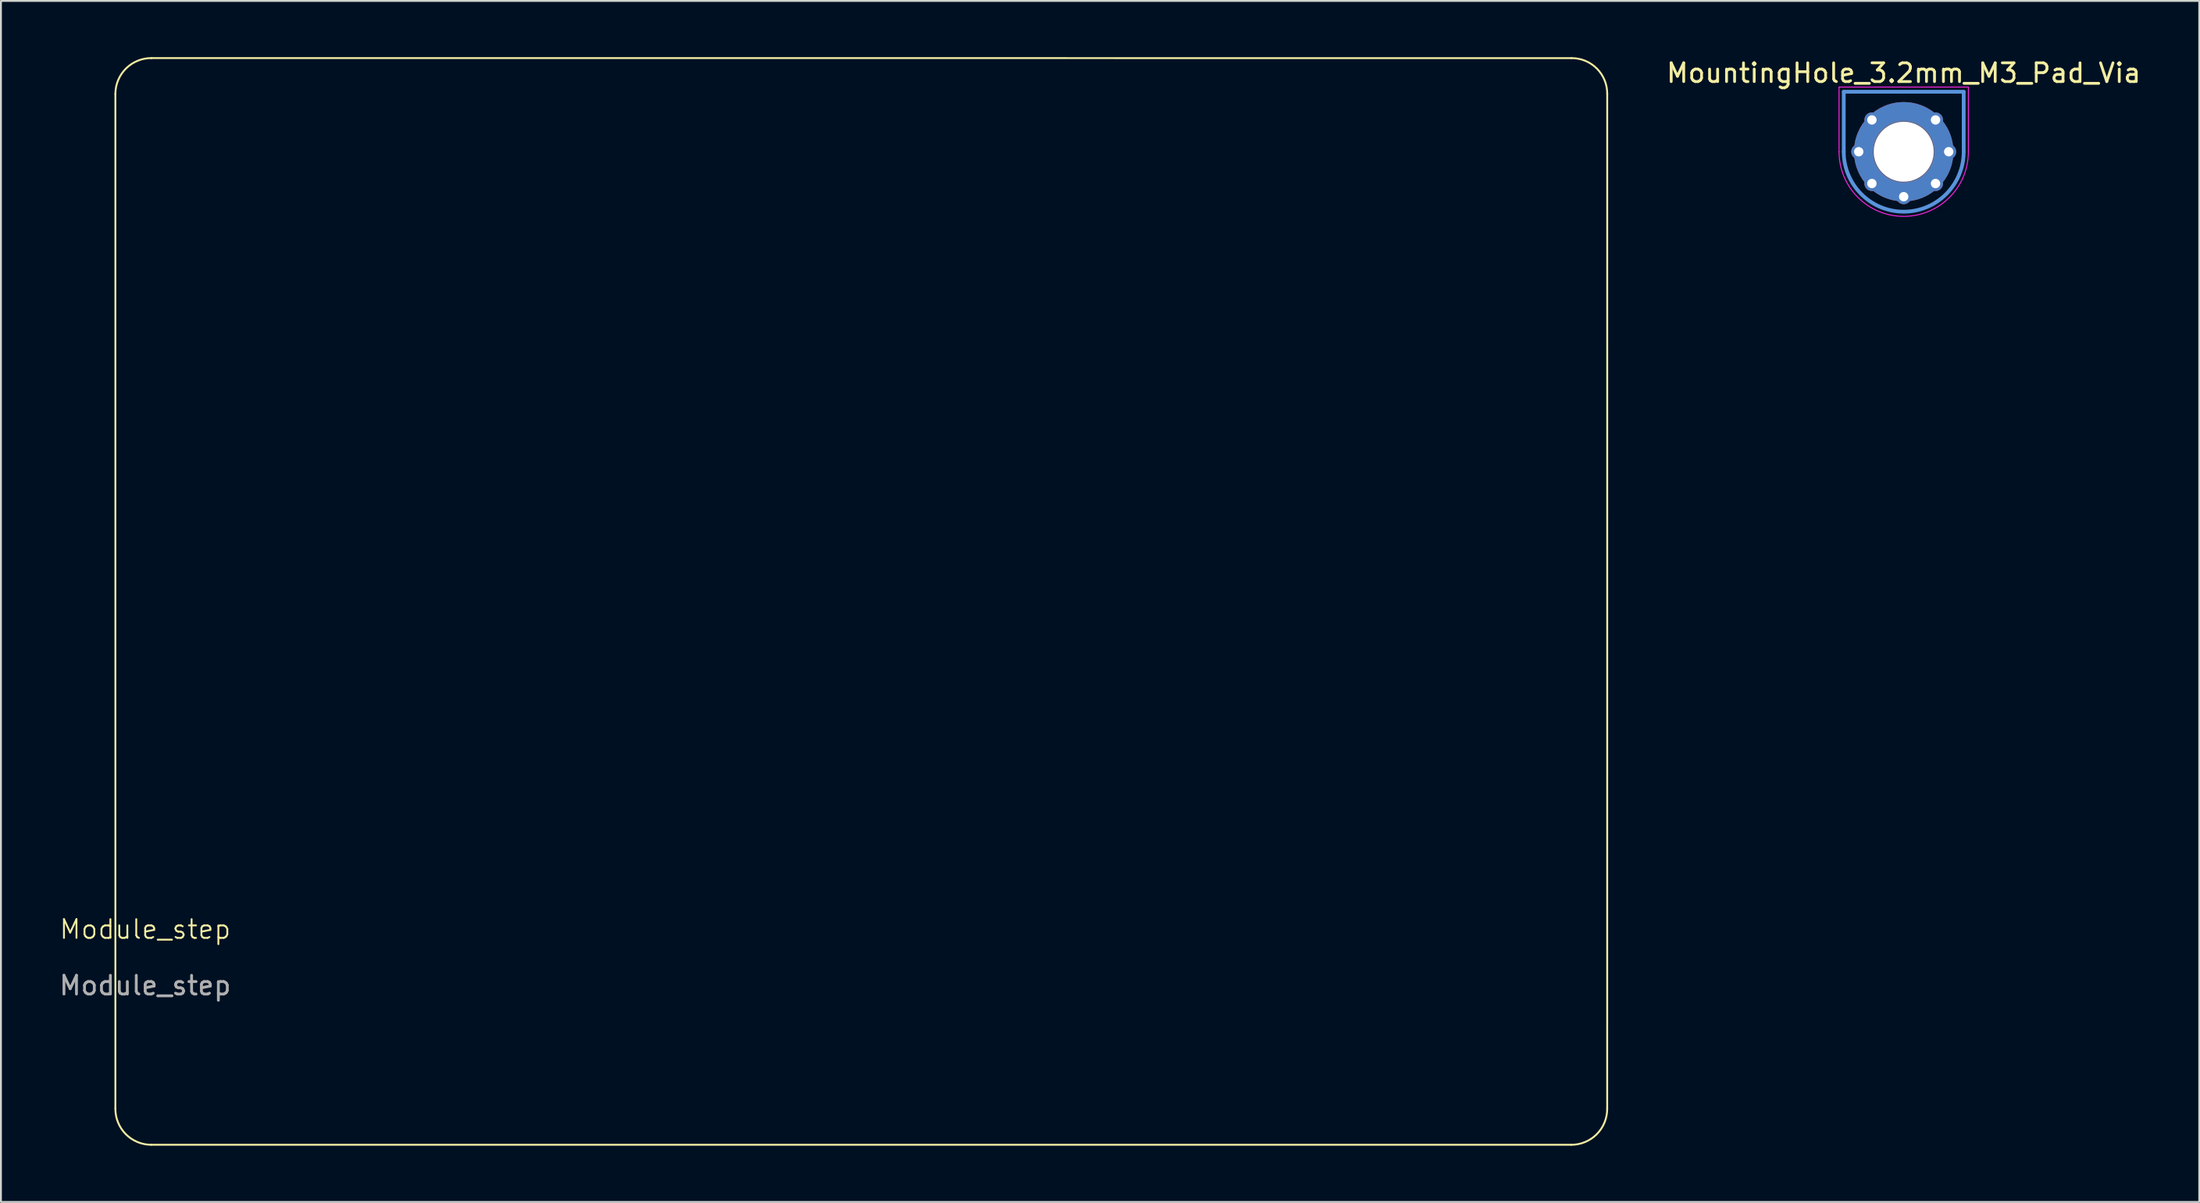
<source format=kicad_pcb>
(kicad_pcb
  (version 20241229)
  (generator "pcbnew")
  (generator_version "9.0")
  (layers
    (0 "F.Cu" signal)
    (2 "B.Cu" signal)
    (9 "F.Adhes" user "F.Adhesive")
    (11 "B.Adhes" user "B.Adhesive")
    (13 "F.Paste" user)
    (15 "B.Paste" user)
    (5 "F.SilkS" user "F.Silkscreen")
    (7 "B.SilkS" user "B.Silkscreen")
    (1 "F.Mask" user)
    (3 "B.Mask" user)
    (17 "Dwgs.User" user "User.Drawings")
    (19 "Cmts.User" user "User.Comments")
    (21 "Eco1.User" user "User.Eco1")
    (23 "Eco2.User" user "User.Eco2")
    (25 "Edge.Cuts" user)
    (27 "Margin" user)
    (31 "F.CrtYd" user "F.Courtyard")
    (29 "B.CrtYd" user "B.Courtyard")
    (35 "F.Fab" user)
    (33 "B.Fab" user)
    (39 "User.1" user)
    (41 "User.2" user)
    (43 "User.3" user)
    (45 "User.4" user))
  (footprint "Module_step"
    (layer "F.Cu")
    (at 4.696 47.05)
    (property "Reference" "Module_step" (at 0 -0.5 0) (unlocked yes) (layer "F.SilkS") (effects (font (size 1 1) (thickness 0.1))))
    (attr smd)
    (fp_line (start -1.59 -45.08) (end -1.59 9.07) (stroke (width 0.1) (type default)) (layer "F.SilkS"))
    (fp_line (start 0.33 11) (end 76.07 11) (stroke (width 0.1) (type default)) (layer "F.SilkS"))
    (fp_line (start 0.34 -47) (end 76.101 -46.998) (stroke (width 0.1) (type default)) (layer "F.SilkS"))
    (fp_line (start 78.002 -45.089) (end 78 9.08) (stroke (width 0.1) (type default)) (layer "F.SilkS"))
    (fp_arc (start -1.589845 -45.079516) (mid -1.025757 -46.442546) (end 0.34 -47) (stroke (width 0.1) (type default)) (layer "F.SilkS"))
    (fp_arc (start 0.330484 10.999845) (mid -1.032546 10.435757) (end -1.59 9.07) (stroke (width 0.1) (type default)) (layer "F.SilkS"))
    (fp_arc (start 76.101213 -46.998194) (mid 77.45 -46.44) (end 78.00163 -45.088515) (stroke (width 0.1) (type default)) (layer "F.SilkS"))
    (fp_arc (start 78 9.08) (mid 77.435912 10.44303) (end 76.070155 11.000484) (stroke (width 0.1) (type default)) (layer "F.SilkS"))
    (fp_text user "${REFERENCE}" (at 0 2.5 0) (unlocked yes) (layer "F.Fab") (effects (font (size 1 1) (thickness 0.15)))))
  (footprint "MountingHole_3.2mm_M3_Pad_Via"
    (layer "F.Cu")
    (at 98.516 5.048)
    (property "Reference" "MountingHole_3.2mm_M3_Pad_Via" (at 0 -4.2 0) (layer "F.SilkS") (effects (font (size 1 1) (thickness 0.15))))
    (attr exclude_from_pos_files exclude_from_bom)
    (fp_line (start -3.2 0) (end -3.2 -3.2) (stroke (width 0.2) (type default)) (layer "Cmts.User"))
    (fp_line (start 3.2 -3.2) (end -3.2 -3.2) (stroke (width 0.2) (type default)) (layer "Cmts.User"))
    (fp_line (start 3.2 0) (end 3.2 -3.2) (stroke (width 0.2) (type default)) (layer "Cmts.User"))
    (fp_arc (start 3.2 0) (mid 0 3.2) (end -3.2 0) (stroke (width 0.2) (type default)) (layer "Cmts.User"))
    (fp_line (start -3.45 -3.45) (end -3.45 0) (stroke (width 0.05) (type default)) (layer "F.CrtYd"))
    (fp_line (start 0 -3.45) (end -3.45 -3.45) (stroke (width 0.05) (type default)) (layer "F.CrtYd"))
    (fp_line (start 0 -3.45) (end 3.45 -3.45) (stroke (width 0.05) (type default)) (layer "F.CrtYd"))
    (fp_line (start 3.45 -3.45) (end 3.45 0) (stroke (width 0.05) (type default)) (layer "F.CrtYd"))
    (fp_arc (start 3.45 0) (mid 0 3.45) (end -3.45 0) (stroke (width 0.05) (type default)) (layer "F.CrtYd"))
    (fp_circle (center 0 0) (end 1.6 0) (stroke (width 0.1) (type default)) (fill no) (layer "B.Fab"))
    (fp_circle (center 0 0) (end 1.6 0) (stroke (width 0.1) (type default)) (fill no) (layer "F.Fab"))
    (pad "1" thru_hole circle (at -2.4 0) (size 0.8 0.8) (drill 0.5) (layers "*.Cu" "*.Mask"))
    (pad "1" thru_hole circle (at -1.697 -1.697) (size 0.8 0.8) (drill 0.5) (layers "*.Cu" "*.Mask"))
    (pad "1" thru_hole circle (at -1.697 1.697) (size 0.8 0.8) (drill 0.5) (layers "*.Cu" "*.Mask"))
    (pad "1" thru_hole circle (at 0 0) (size 5.3 5.3) (drill 3.2) (layers "*.Cu" "*.Mask"))
    (pad "1" thru_hole circle (at 0 2.4) (size 0.8 0.8) (drill 0.5) (layers "*.Cu" "*.Mask"))
    (pad "1" thru_hole circle (at 1.697 -1.697) (size 0.8 0.8) (drill 0.5) (layers "*.Cu" "*.Mask"))
    (pad "1" thru_hole circle (at 1.697 1.697) (size 0.8 0.8) (drill 0.5) (layers "*.Cu" "*.Mask"))
    (pad "1" thru_hole circle (at 2.4 0) (size 0.8 0.8) (drill 0.5) (layers "*.Cu" "*.Mask")))
  (gr_rect
    (start -3 -3)
    (end 114.284 61.101)
    (stroke (width 0.1) (type default))
    (fill no)
    (layer "Edge.Cuts")))
</source>
